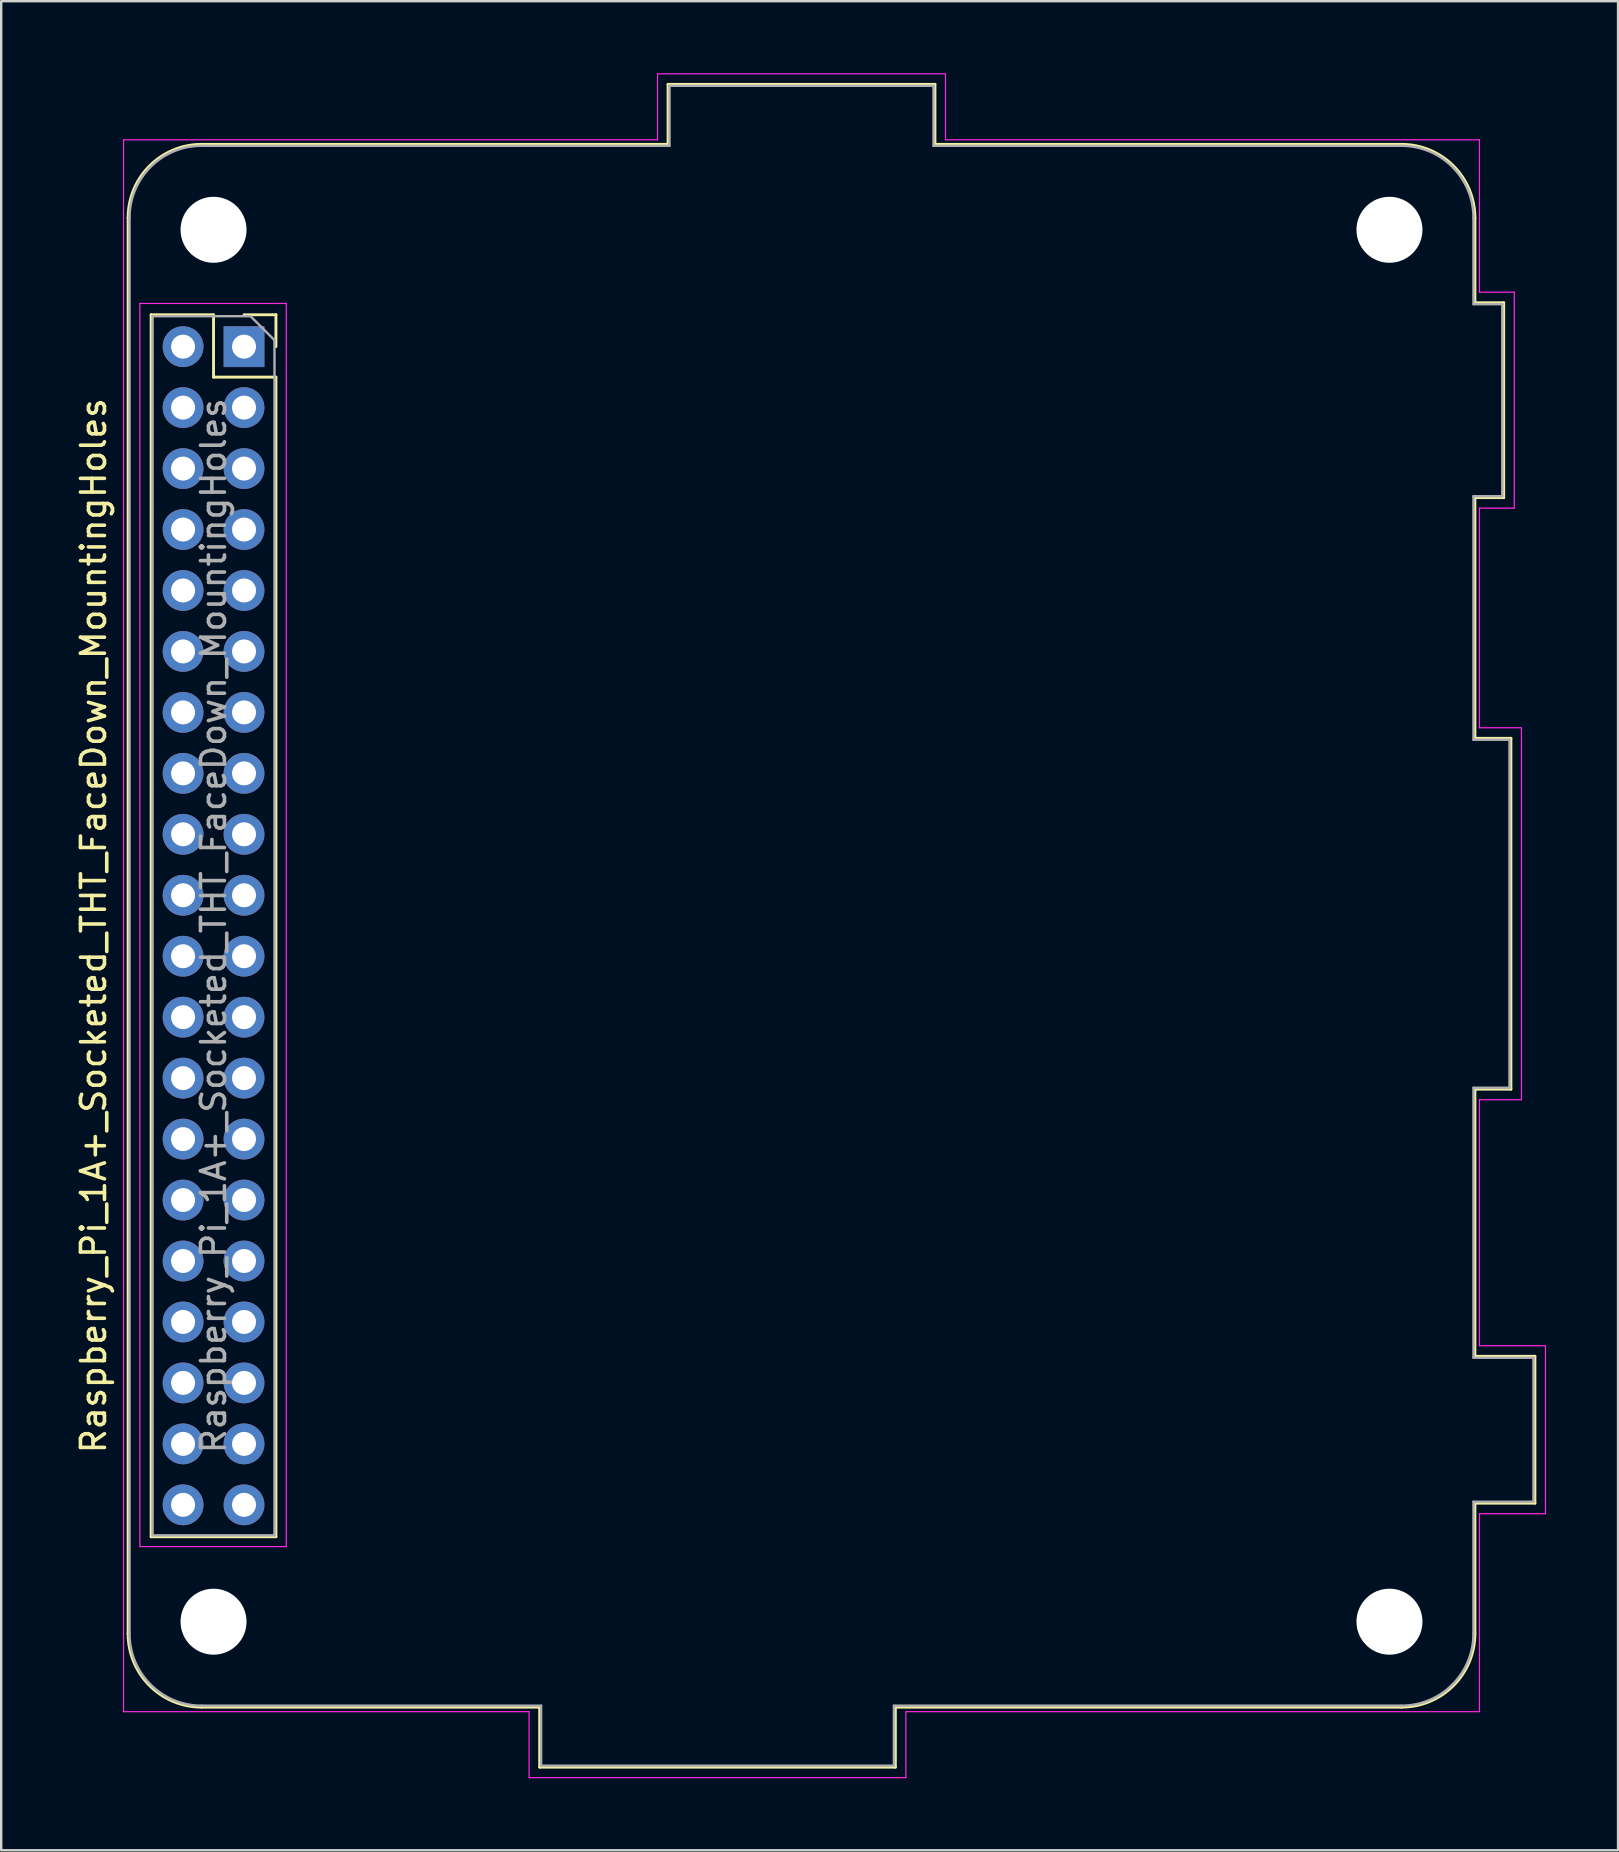
<source format=kicad_pcb>
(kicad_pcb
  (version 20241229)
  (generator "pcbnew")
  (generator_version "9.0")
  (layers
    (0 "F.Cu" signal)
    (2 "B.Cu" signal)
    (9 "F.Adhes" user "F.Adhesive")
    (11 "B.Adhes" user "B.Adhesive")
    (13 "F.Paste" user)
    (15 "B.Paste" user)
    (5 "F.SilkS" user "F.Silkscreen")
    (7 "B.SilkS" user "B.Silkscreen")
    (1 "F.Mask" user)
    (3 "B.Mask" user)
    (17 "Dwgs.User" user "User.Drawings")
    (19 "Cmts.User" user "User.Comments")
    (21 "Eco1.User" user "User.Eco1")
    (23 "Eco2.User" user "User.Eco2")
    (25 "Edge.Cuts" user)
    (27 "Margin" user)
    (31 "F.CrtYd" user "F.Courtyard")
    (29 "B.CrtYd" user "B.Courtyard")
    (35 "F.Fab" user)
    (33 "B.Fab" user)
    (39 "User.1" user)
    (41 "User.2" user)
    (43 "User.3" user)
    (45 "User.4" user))
  (footprint "Raspberry_Pi_1A+_Socketed_THT_FaceDown_MountingHoles"
    (layer "F.Cu")
    (at 2.348 3.025)
    (property "Reference" "Raspberry_Pi_1A+_Socketed_THT_FaceDown_MountingHoles" (at -1.5 32.5 90) (layer "F.SilkS") (effects (font (size 1 1) (thickness 0.15))))
    (attr through_hole)
    (fp_line (start -0.06 62) (end -0.06 3) (stroke (width 0.12) (type solid)) (layer "F.SilkS"))
    (fp_line (start 0.9 7.04) (end 0.9 57.96) (stroke (width 0.12) (type solid)) (layer "F.SilkS"))
    (fp_line (start 0.9 7.04) (end 3.5 7.04) (stroke (width 0.12) (type solid)) (layer "F.SilkS"))
    (fp_line (start 0.9 57.96) (end 6.1 57.96) (stroke (width 0.12) (type solid)) (layer "F.SilkS"))
    (fp_line (start 3 -0.06) (end 22.44 -0.06) (stroke (width 0.12) (type solid)) (layer "F.SilkS"))
    (fp_line (start 3 65.06) (end 17.09 65.06) (stroke (width 0.12) (type solid)) (layer "F.SilkS"))
    (fp_line (start 3.5 7.04) (end 3.5 9.64) (stroke (width 0.12) (type solid)) (layer "F.SilkS"))
    (fp_line (start 3.5 9.64) (end 6.1 9.64) (stroke (width 0.12) (type solid)) (layer "F.SilkS"))
    (fp_line (start 4.77 7.04) (end 6.1 7.04) (stroke (width 0.12) (type solid)) (layer "F.SilkS"))
    (fp_line (start 6.1 7.04) (end 6.1 8.37) (stroke (width 0.12) (type solid)) (layer "F.SilkS"))
    (fp_line (start 6.1 9.64) (end 6.1 57.96) (stroke (width 0.12) (type solid)) (layer "F.SilkS"))
    (fp_line (start 17.09 65.06) (end 17.09 67.56) (stroke (width 0.12) (type solid)) (layer "F.SilkS"))
    (fp_line (start 17.09 67.56) (end 31.91 67.56) (stroke (width 0.12) (type solid)) (layer "F.SilkS"))
    (fp_line (start 22.44 -2.56) (end 22.44 -0.06) (stroke (width 0.12) (type solid)) (layer "F.SilkS"))
    (fp_line (start 31.91 65.06) (end 53 65.06) (stroke (width 0.12) (type solid)) (layer "F.SilkS"))
    (fp_line (start 31.91 67.56) (end 31.91 65.06) (stroke (width 0.12) (type solid)) (layer "F.SilkS"))
    (fp_line (start 33.56 -2.56) (end 22.44 -2.56) (stroke (width 0.12) (type solid)) (layer "F.SilkS"))
    (fp_line (start 33.56 -0.06) (end 33.56 -2.56) (stroke (width 0.12) (type solid)) (layer "F.SilkS"))
    (fp_line (start 53 -0.06) (end 33.56 -0.06) (stroke (width 0.12) (type solid)) (layer "F.SilkS"))
    (fp_line (start 56.06 3) (end 56.06 6.54) (stroke (width 0.12) (type solid)) (layer "F.SilkS"))
    (fp_line (start 56.06 6.54) (end 57.26 6.54) (stroke (width 0.12) (type solid)) (layer "F.SilkS"))
    (fp_line (start 56.06 14.66) (end 56.06 24.69) (stroke (width 0.12) (type solid)) (layer "F.SilkS"))
    (fp_line (start 56.06 24.69) (end 57.56 24.69) (stroke (width 0.12) (type solid)) (layer "F.SilkS"))
    (fp_line (start 56.06 39.31) (end 56.06 50.44) (stroke (width 0.12) (type solid)) (layer "F.SilkS"))
    (fp_line (start 56.06 50.44) (end 58.56 50.44) (stroke (width 0.12) (type solid)) (layer "F.SilkS"))
    (fp_line (start 56.06 56.56) (end 56.06 62) (stroke (width 0.12) (type solid)) (layer "F.SilkS"))
    (fp_line (start 57.26 6.54) (end 57.26 14.66) (stroke (width 0.12) (type solid)) (layer "F.SilkS"))
    (fp_line (start 57.26 14.66) (end 56.06 14.66) (stroke (width 0.12) (type solid)) (layer "F.SilkS"))
    (fp_line (start 57.56 24.69) (end 57.56 39.31) (stroke (width 0.12) (type solid)) (layer "F.SilkS"))
    (fp_line (start 57.56 39.31) (end 56.06 39.31) (stroke (width 0.12) (type solid)) (layer "F.SilkS"))
    (fp_line (start 58.56 50.44) (end 58.56 56.56) (stroke (width 0.12) (type solid)) (layer "F.SilkS"))
    (fp_line (start 58.56 56.56) (end 56.06 56.56) (stroke (width 0.12) (type solid)) (layer "F.SilkS"))
    (fp_arc (start -0.06 3) (mid 0.836253 0.836253) (end 3 -0.06) (stroke (width 0.12) (type solid)) (layer "F.SilkS"))
    (fp_arc (start 3 65.06) (mid 0.836253 64.163747) (end -0.06 62) (stroke (width 0.12) (type solid)) (layer "F.SilkS"))
    (fp_arc (start 53 -0.06) (mid 55.163747 0.836253) (end 56.06 3) (stroke (width 0.12) (type solid)) (layer "F.SilkS"))
    (fp_arc (start 56.06 62) (mid 55.163747 64.163747) (end 53 65.06) (stroke (width 0.12) (type solid)) (layer "F.SilkS"))
    (fp_line (start -0.25 -0.25) (end 22 -0.25) (stroke (width 0.05) (type solid)) (layer "F.CrtYd"))
    (fp_line (start -0.25 65.25) (end -0.25 -0.25) (stroke (width 0.05) (type solid)) (layer "F.CrtYd"))
    (fp_line (start 0.43 6.57) (end 6.53 6.57) (stroke (width 0.05) (type solid)) (layer "F.CrtYd"))
    (fp_line (start 0.43 58.37) (end 0.43 6.57) (stroke (width 0.05) (type solid)) (layer "F.CrtYd"))
    (fp_line (start 6.53 6.57) (end 6.53 58.37) (stroke (width 0.05) (type solid)) (layer "F.CrtYd"))
    (fp_line (start 6.53 58.37) (end 0.43 58.37) (stroke (width 0.05) (type solid)) (layer "F.CrtYd"))
    (fp_line (start 16.65 65.25) (end -0.25 65.25) (stroke (width 0.05) (type solid)) (layer "F.CrtYd"))
    (fp_line (start 16.65 68) (end 16.65 65.25) (stroke (width 0.05) (type solid)) (layer "F.CrtYd"))
    (fp_line (start 22 -3) (end 34 -3) (stroke (width 0.05) (type solid)) (layer "F.CrtYd"))
    (fp_line (start 22 -0.25) (end 22 -3) (stroke (width 0.05) (type solid)) (layer "F.CrtYd"))
    (fp_line (start 32.35 65.25) (end 32.35 68) (stroke (width 0.05) (type solid)) (layer "F.CrtYd"))
    (fp_line (start 32.35 68) (end 16.65 68) (stroke (width 0.05) (type solid)) (layer "F.CrtYd"))
    (fp_line (start 34 -3) (end 34 -0.25) (stroke (width 0.05) (type solid)) (layer "F.CrtYd"))
    (fp_line (start 34 -0.25) (end 56.25 -0.25) (stroke (width 0.05) (type solid)) (layer "F.CrtYd"))
    (fp_line (start 56.25 -0.25) (end 56.25 6.1) (stroke (width 0.05) (type solid)) (layer "F.CrtYd"))
    (fp_line (start 56.25 6.1) (end 57.7 6.1) (stroke (width 0.05) (type solid)) (layer "F.CrtYd"))
    (fp_line (start 56.25 15.1) (end 56.25 24.25) (stroke (width 0.05) (type solid)) (layer "F.CrtYd"))
    (fp_line (start 56.25 24.25) (end 58 24.25) (stroke (width 0.05) (type solid)) (layer "F.CrtYd"))
    (fp_line (start 56.25 39.75) (end 56.25 50) (stroke (width 0.05) (type solid)) (layer "F.CrtYd"))
    (fp_line (start 56.25 50) (end 59 50) (stroke (width 0.05) (type solid)) (layer "F.CrtYd"))
    (fp_line (start 56.25 57) (end 56.25 65.25) (stroke (width 0.05) (type solid)) (layer "F.CrtYd"))
    (fp_line (start 56.25 65.25) (end 32.35 65.25) (stroke (width 0.05) (type solid)) (layer "F.CrtYd"))
    (fp_line (start 57.7 6.1) (end 57.7 15.1) (stroke (width 0.05) (type solid)) (layer "F.CrtYd"))
    (fp_line (start 57.7 15.1) (end 56.25 15.1) (stroke (width 0.05) (type solid)) (layer "F.CrtYd"))
    (fp_line (start 58 24.25) (end 58 39.75) (stroke (width 0.05) (type solid)) (layer "F.CrtYd"))
    (fp_line (start 58 39.75) (end 56.25 39.75) (stroke (width 0.05) (type solid)) (layer "F.CrtYd"))
    (fp_line (start 59 50) (end 59 57) (stroke (width 0.05) (type solid)) (layer "F.CrtYd"))
    (fp_line (start 59 57) (end 56.25 57) (stroke (width 0.05) (type solid)) (layer "F.CrtYd"))
    (fp_line (start 0 62) (end 0 3) (stroke (width 0.1) (type solid)) (layer "F.Fab"))
    (fp_line (start 0.96 7.1) (end 5.04 7.1) (stroke (width 0.1) (type solid)) (layer "F.Fab"))
    (fp_line (start 0.96 57.9) (end 0.96 7.1) (stroke (width 0.1) (type solid)) (layer "F.Fab"))
    (fp_line (start 3 0) (end 22.5 0) (stroke (width 0.1) (type solid)) (layer "F.Fab"))
    (fp_line (start 5.04 7.1) (end 6.04 8.1) (stroke (width 0.1) (type solid)) (layer "F.Fab"))
    (fp_line (start 6.04 8.1) (end 6.04 57.9) (stroke (width 0.1) (type solid)) (layer "F.Fab"))
    (fp_line (start 6.04 57.9) (end 0.96 57.9) (stroke (width 0.1) (type solid)) (layer "F.Fab"))
    (fp_line (start 17.15 65) (end 3 65) (stroke (width 0.1) (type solid)) (layer "F.Fab"))
    (fp_line (start 17.15 67.5) (end 17.15 65) (stroke (width 0.1) (type solid)) (layer "F.Fab"))
    (fp_line (start 22.5 -2.5) (end 22.5 0) (stroke (width 0.1) (type solid)) (layer "F.Fab"))
    (fp_line (start 31.85 65) (end 31.85 67.5) (stroke (width 0.1) (type solid)) (layer "F.Fab"))
    (fp_line (start 31.85 67.5) (end 17.15 67.5) (stroke (width 0.1) (type solid)) (layer "F.Fab"))
    (fp_line (start 33.5 -2.5) (end 22.5 -2.5) (stroke (width 0.1) (type solid)) (layer "F.Fab"))
    (fp_line (start 33.5 0) (end 33.5 -2.5) (stroke (width 0.1) (type solid)) (layer "F.Fab"))
    (fp_line (start 53 0) (end 33.5 0) (stroke (width 0.1) (type solid)) (layer "F.Fab"))
    (fp_line (start 53 65) (end 31.85 65) (stroke (width 0.1) (type solid)) (layer "F.Fab"))
    (fp_line (start 56 3) (end 56 6.6) (stroke (width 0.1) (type solid)) (layer "F.Fab"))
    (fp_line (start 56 6.6) (end 57.2 6.6) (stroke (width 0.1) (type solid)) (layer "F.Fab"))
    (fp_line (start 56 14.6) (end 56 24.75) (stroke (width 0.1) (type solid)) (layer "F.Fab"))
    (fp_line (start 56 24.75) (end 57.5 24.75) (stroke (width 0.1) (type solid)) (layer "F.Fab"))
    (fp_line (start 56 39.25) (end 56 50.5) (stroke (width 0.1) (type solid)) (layer "F.Fab"))
    (fp_line (start 56 50.5) (end 58.5 50.5) (stroke (width 0.1) (type solid)) (layer "F.Fab"))
    (fp_line (start 56 56.5) (end 56 62) (stroke (width 0.1) (type solid)) (layer "F.Fab"))
    (fp_line (start 57.2 6.6) (end 57.2 14.6) (stroke (width 0.1) (type solid)) (layer "F.Fab"))
    (fp_line (start 57.2 14.6) (end 56 14.6) (stroke (width 0.1) (type solid)) (layer "F.Fab"))
    (fp_line (start 57.5 24.75) (end 57.5 39.25) (stroke (width 0.1) (type solid)) (layer "F.Fab"))
    (fp_line (start 57.5 39.25) (end 56 39.25) (stroke (width 0.1) (type solid)) (layer "F.Fab"))
    (fp_line (start 58.5 50.5) (end 58.5 56.5) (stroke (width 0.1) (type solid)) (layer "F.Fab"))
    (fp_line (start 58.5 56.5) (end 56 56.5) (stroke (width 0.1) (type solid)) (layer "F.Fab"))
    (fp_arc (start 0 3) (mid 0.87868 0.87868) (end 3 0) (stroke (width 0.1) (type solid)) (layer "F.Fab"))
    (fp_arc (start 3 65) (mid 0.87868 64.12132) (end 0 62) (stroke (width 0.1) (type solid)) (layer "F.Fab"))
    (fp_arc (start 53 0) (mid 55.12132 0.87868) (end 56 3) (stroke (width 0.1) (type solid)) (layer "F.Fab"))
    (fp_arc (start 56 62) (mid 55.12132 64.12132) (end 53 65) (stroke (width 0.1) (type solid)) (layer "F.Fab"))
    (fp_text user "${REFERENCE}" (at 3.5 32.5 90) (layer "F.Fab") (effects (font (size 1 1) (thickness 0.15))))
    (pad "" np_thru_hole circle (at 3.5 3.5 90) (size 2.75 2.75) (drill 2.75) (layers "*.Cu" "*.Mask"))
    (pad "" np_thru_hole circle (at 3.5 61.5 90) (size 2.75 2.75) (drill 2.75) (layers "*.Cu" "*.Mask"))
    (pad "" np_thru_hole circle (at 52.5 3.5 90) (size 2.75 2.75) (drill 2.75) (layers "*.Cu" "*.Mask"))
    (pad "" np_thru_hole circle (at 52.5 61.5 90) (size 2.75 2.75) (drill 2.75) (layers "*.Cu" "*.Mask"))
    (pad "1" thru_hole rect (at 4.77 8.37) (size 1.7 1.7) (drill 1) (layers "*.Cu" "*.Mask"))
    (pad "2" thru_hole oval (at 2.23 8.37) (size 1.7 1.7) (drill 1) (layers "*.Cu" "*.Mask"))
    (pad "3" thru_hole oval (at 4.77 10.91) (size 1.7 1.7) (drill 1) (layers "*.Cu" "*.Mask"))
    (pad "4" thru_hole oval (at 2.23 10.91) (size 1.7 1.7) (drill 1) (layers "*.Cu" "*.Mask"))
    (pad "5" thru_hole oval (at 4.77 13.45) (size 1.7 1.7) (drill 1) (layers "*.Cu" "*.Mask"))
    (pad "6" thru_hole oval (at 2.23 13.45) (size 1.7 1.7) (drill 1) (layers "*.Cu" "*.Mask"))
    (pad "7" thru_hole oval (at 4.77 15.99) (size 1.7 1.7) (drill 1) (layers "*.Cu" "*.Mask"))
    (pad "8" thru_hole oval (at 2.23 15.99) (size 1.7 1.7) (drill 1) (layers "*.Cu" "*.Mask"))
    (pad "9" thru_hole oval (at 4.77 18.53) (size 1.7 1.7) (drill 1) (layers "*.Cu" "*.Mask"))
    (pad "10" thru_hole oval (at 2.23 18.53) (size 1.7 1.7) (drill 1) (layers "*.Cu" "*.Mask"))
    (pad "11" thru_hole oval (at 4.77 21.07) (size 1.7 1.7) (drill 1) (layers "*.Cu" "*.Mask"))
    (pad "12" thru_hole oval (at 2.23 21.07) (size 1.7 1.7) (drill 1) (layers "*.Cu" "*.Mask"))
    (pad "13" thru_hole oval (at 4.77 23.61) (size 1.7 1.7) (drill 1) (layers "*.Cu" "*.Mask"))
    (pad "14" thru_hole oval (at 2.23 23.61) (size 1.7 1.7) (drill 1) (layers "*.Cu" "*.Mask"))
    (pad "15" thru_hole oval (at 4.77 26.15) (size 1.7 1.7) (drill 1) (layers "*.Cu" "*.Mask"))
    (pad "16" thru_hole oval (at 2.23 26.15) (size 1.7 1.7) (drill 1) (layers "*.Cu" "*.Mask"))
    (pad "17" thru_hole oval (at 4.77 28.69) (size 1.7 1.7) (drill 1) (layers "*.Cu" "*.Mask"))
    (pad "18" thru_hole oval (at 2.23 28.69) (size 1.7 1.7) (drill 1) (layers "*.Cu" "*.Mask"))
    (pad "19" thru_hole oval (at 4.77 31.23) (size 1.7 1.7) (drill 1) (layers "*.Cu" "*.Mask"))
    (pad "20" thru_hole oval (at 2.23 31.23) (size 1.7 1.7) (drill 1) (layers "*.Cu" "*.Mask"))
    (pad "21" thru_hole oval (at 4.77 33.77) (size 1.7 1.7) (drill 1) (layers "*.Cu" "*.Mask"))
    (pad "22" thru_hole oval (at 2.23 33.77) (size 1.7 1.7) (drill 1) (layers "*.Cu" "*.Mask"))
    (pad "23" thru_hole oval (at 4.77 36.31) (size 1.7 1.7) (drill 1) (layers "*.Cu" "*.Mask"))
    (pad "24" thru_hole oval (at 2.23 36.31) (size 1.7 1.7) (drill 1) (layers "*.Cu" "*.Mask"))
    (pad "25" thru_hole oval (at 4.77 38.85) (size 1.7 1.7) (drill 1) (layers "*.Cu" "*.Mask"))
    (pad "26" thru_hole oval (at 2.23 38.85) (size 1.7 1.7) (drill 1) (layers "*.Cu" "*.Mask"))
    (pad "27" thru_hole oval (at 4.77 41.39) (size 1.7 1.7) (drill 1) (layers "*.Cu" "*.Mask"))
    (pad "28" thru_hole oval (at 2.23 41.39) (size 1.7 1.7) (drill 1) (layers "*.Cu" "*.Mask"))
    (pad "29" thru_hole oval (at 4.77 43.93) (size 1.7 1.7) (drill 1) (layers "*.Cu" "*.Mask"))
    (pad "30" thru_hole oval (at 2.23 43.93) (size 1.7 1.7) (drill 1) (layers "*.Cu" "*.Mask"))
    (pad "31" thru_hole oval (at 4.77 46.47) (size 1.7 1.7) (drill 1) (layers "*.Cu" "*.Mask"))
    (pad "32" thru_hole oval (at 2.23 46.47) (size 1.7 1.7) (drill 1) (layers "*.Cu" "*.Mask"))
    (pad "33" thru_hole oval (at 4.77 49.01) (size 1.7 1.7) (drill 1) (layers "*.Cu" "*.Mask"))
    (pad "34" thru_hole oval (at 2.23 49.01) (size 1.7 1.7) (drill 1) (layers "*.Cu" "*.Mask"))
    (pad "35" thru_hole oval (at 4.77 51.55) (size 1.7 1.7) (drill 1) (layers "*.Cu" "*.Mask"))
    (pad "36" thru_hole oval (at 2.23 51.55) (size 1.7 1.7) (drill 1) (layers "*.Cu" "*.Mask"))
    (pad "37" thru_hole oval (at 4.77 54.09) (size 1.7 1.7) (drill 1) (layers "*.Cu" "*.Mask"))
    (pad "38" thru_hole oval (at 2.23 54.09) (size 1.7 1.7) (drill 1) (layers "*.Cu" "*.Mask"))
    (pad "39" thru_hole oval (at 4.77 56.63) (size 1.7 1.7) (drill 1) (layers "*.Cu" "*.Mask"))
    (pad "40" thru_hole oval (at 2.23 56.63) (size 1.7 1.7) (drill 1) (layers "*.Cu" "*.Mask")))
  (gr_rect
    (start -3 -3)
    (end 64.373 74.05)
    (stroke (width 0.1) (type default))
    (fill no)
    (layer "Edge.Cuts")))
</source>
